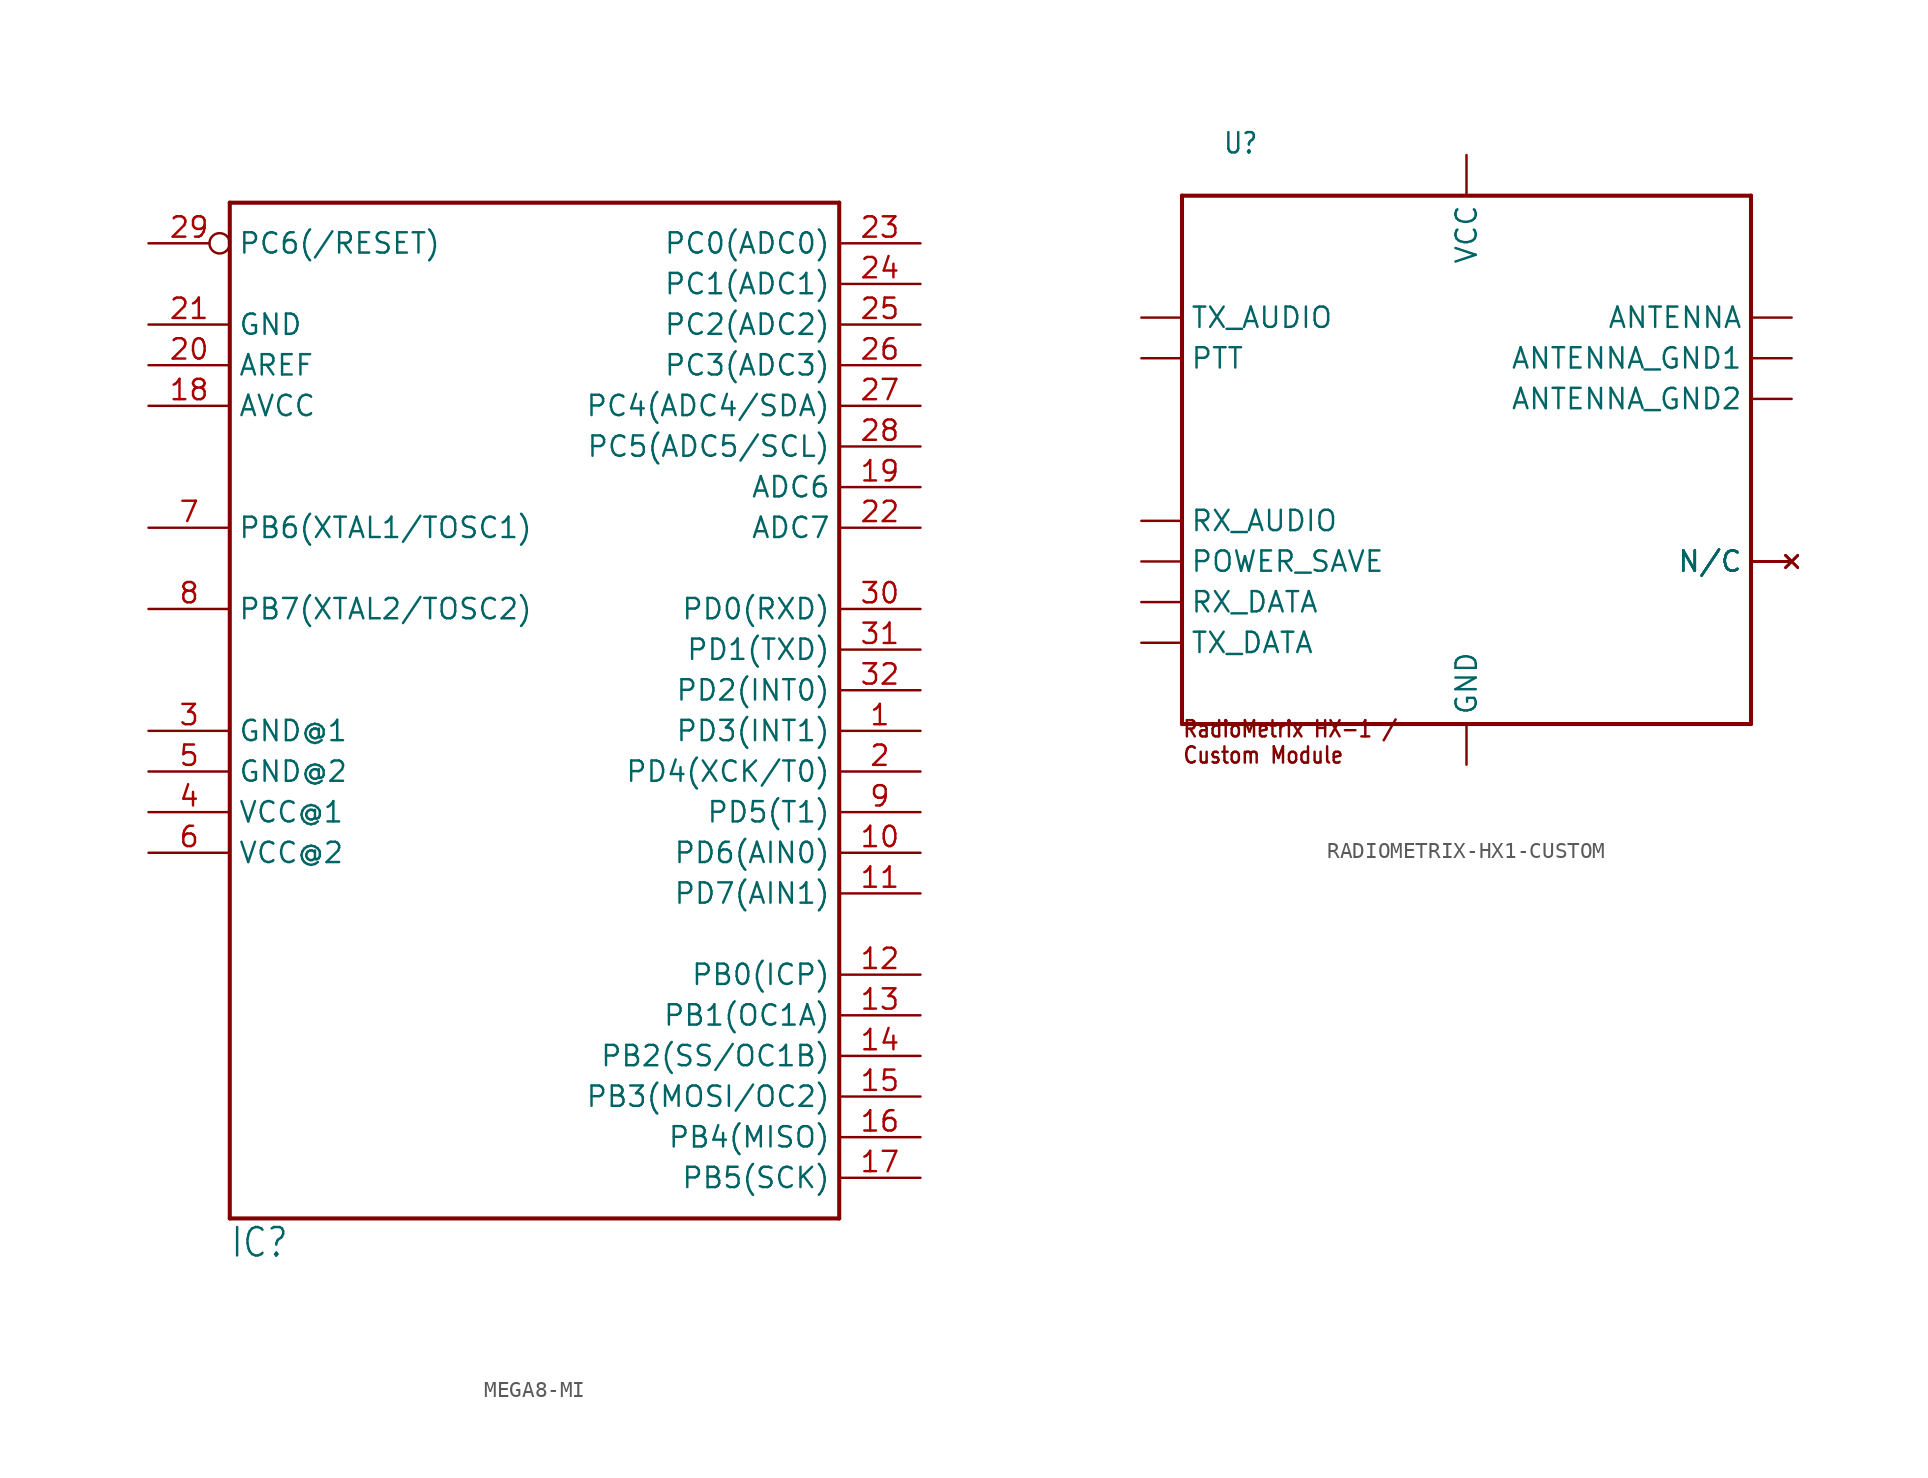
<source format=kicad_sym>
(kicad_symbol_lib
  (version 20231120)
  (generator "kicad_symbol_editor")
  (generator_version "8.0")
  (symbol "MEGA8-MI"
    (property "Reference" "IC"
      (at -17.78 -38.1 0)
      (effects (font (size 1.778 1.511)) (justify left bottom)))
    (property "Value" ""
      (at -17.78 29.21 0)
      (effects (font (size 1.778 1.511)) (justify left bottom)))
    (property "ki_locked" ""
      (at 0 0 0)
      (effects (font (size 1.27 1.27))))
    (symbol "MEGA8-MI_1_0"
      (polyline (pts (xy -17.78 -35.56) (xy -17.78 27.94)) (stroke (width 0.254) (type solid)) (fill (type none)))
      (polyline (pts (xy -17.78 27.94) (xy 20.32 27.94)) (stroke (width 0.254) (type solid)) (fill (type none)))
      (polyline (pts (xy 20.32 -35.56) (xy -17.78 -35.56)) (stroke (width 0.254) (type solid)) (fill (type none)))
      (polyline (pts (xy 20.32 27.94) (xy 20.32 -35.56)) (stroke (width 0.254) (type solid)) (fill (type none)))
      (pin bidirectional line (at 25.4 -5.08 180) (length 5.08) (name "PD3(INT1)" (effects (font (size 1.27 1.27)))) (number "1" (effects (font (size 1.27 1.27)))))
      (pin bidirectional line (at 25.4 -12.7 180) (length 5.08) (name "PD6(AIN0)" (effects (font (size 1.27 1.27)))) (number "10" (effects (font (size 1.27 1.27)))))
      (pin bidirectional line (at 25.4 -15.24 180) (length 5.08) (name "PD7(AIN1)" (effects (font (size 1.27 1.27)))) (number "11" (effects (font (size 1.27 1.27)))))
      (pin bidirectional line (at 25.4 -20.32 180) (length 5.08) (name "PB0(ICP)" (effects (font (size 1.27 1.27)))) (number "12" (effects (font (size 1.27 1.27)))))
      (pin bidirectional line (at 25.4 -22.86 180) (length 5.08) (name "PB1(OC1A)" (effects (font (size 1.27 1.27)))) (number "13" (effects (font (size 1.27 1.27)))))
      (pin bidirectional line (at 25.4 -25.4 180) (length 5.08) (name "PB2(SS/OC1B)" (effects (font (size 1.27 1.27)))) (number "14" (effects (font (size 1.27 1.27)))))
      (pin bidirectional line (at 25.4 -27.94 180) (length 5.08) (name "PB3(MOSI/OC2)" (effects (font (size 1.27 1.27)))) (number "15" (effects (font (size 1.27 1.27)))))
      (pin bidirectional line (at 25.4 -30.48 180) (length 5.08) (name "PB4(MISO)" (effects (font (size 1.27 1.27)))) (number "16" (effects (font (size 1.27 1.27)))))
      (pin bidirectional line (at 25.4 -33.02 180) (length 5.08) (name "PB5(SCK)" (effects (font (size 1.27 1.27)))) (number "17" (effects (font (size 1.27 1.27)))))
      (pin power_in line (at -22.86 15.24 0) (length 5.08) (name "AVCC" (effects (font (size 1.27 1.27)))) (number "18" (effects (font (size 1.27 1.27)))))
      (pin bidirectional line (at 25.4 10.16 180) (length 5.08) (name "ADC6" (effects (font (size 1.27 1.27)))) (number "19" (effects (font (size 1.27 1.27)))))
      (pin bidirectional line (at 25.4 -7.62 180) (length 5.08) (name "PD4(XCK/T0)" (effects (font (size 1.27 1.27)))) (number "2" (effects (font (size 1.27 1.27)))))
      (pin passive line (at -22.86 17.78 0) (length 5.08) (name "AREF" (effects (font (size 1.27 1.27)))) (number "20" (effects (font (size 1.27 1.27)))))
      (pin power_in line (at -22.86 20.32 0) (length 5.08) (name "GND" (effects (font (size 1.27 1.27)))) (number "21" (effects (font (size 1.27 1.27)))))
      (pin bidirectional line (at 25.4 7.62 180) (length 5.08) (name "ADC7" (effects (font (size 1.27 1.27)))) (number "22" (effects (font (size 1.27 1.27)))))
      (pin bidirectional line (at 25.4 25.4 180) (length 5.08) (name "PC0(ADC0)" (effects (font (size 1.27 1.27)))) (number "23" (effects (font (size 1.27 1.27)))))
      (pin bidirectional line (at 25.4 22.86 180) (length 5.08) (name "PC1(ADC1)" (effects (font (size 1.27 1.27)))) (number "24" (effects (font (size 1.27 1.27)))))
      (pin bidirectional line (at 25.4 20.32 180) (length 5.08) (name "PC2(ADC2)" (effects (font (size 1.27 1.27)))) (number "25" (effects (font (size 1.27 1.27)))))
      (pin bidirectional line (at 25.4 17.78 180) (length 5.08) (name "PC3(ADC3)" (effects (font (size 1.27 1.27)))) (number "26" (effects (font (size 1.27 1.27)))))
      (pin bidirectional line (at 25.4 15.24 180) (length 5.08) (name "PC4(ADC4/SDA)" (effects (font (size 1.27 1.27)))) (number "27" (effects (font (size 1.27 1.27)))))
      (pin bidirectional line (at 25.4 12.7 180) (length 5.08) (name "PC5(ADC5/SCL)" (effects (font (size 1.27 1.27)))) (number "28" (effects (font (size 1.27 1.27)))))
      (pin bidirectional inverted (at -22.86 25.4 0) (length 5.08) (name "PC6(/RESET)" (effects (font (size 1.27 1.27)))) (number "29" (effects (font (size 1.27 1.27)))))
      (pin power_in line (at -22.86 -5.08 0) (length 5.08) (name "GND@1" (effects (font (size 1.27 1.27)))) (number "3" (effects (font (size 1.27 1.27)))))
      (pin bidirectional line (at 25.4 2.54 180) (length 5.08) (name "PD0(RXD)" (effects (font (size 1.27 1.27)))) (number "30" (effects (font (size 1.27 1.27)))))
      (pin bidirectional line (at 25.4 0 180) (length 5.08) (name "PD1(TXD)" (effects (font (size 1.27 1.27)))) (number "31" (effects (font (size 1.27 1.27)))))
      (pin bidirectional line (at 25.4 -2.54 180) (length 5.08) (name "PD2(INT0)" (effects (font (size 1.27 1.27)))) (number "32" (effects (font (size 1.27 1.27)))))
      (pin power_in line (at -22.86 -10.16 0) (length 5.08) (name "VCC@1" (effects (font (size 1.27 1.27)))) (number "4" (effects (font (size 1.27 1.27)))))
      (pin power_in line (at -22.86 -7.62 0) (length 5.08) (name "GND@2" (effects (font (size 1.27 1.27)))) (number "5" (effects (font (size 1.27 1.27)))))
      (pin power_in line (at -22.86 -12.7 0) (length 5.08) (name "VCC@2" (effects (font (size 1.27 1.27)))) (number "6" (effects (font (size 1.27 1.27)))))
      (pin bidirectional line (at -22.86 7.62 0) (length 5.08) (name "PB6(XTAL1/TOSC1)" (effects (font (size 1.27 1.27)))) (number "7" (effects (font (size 1.27 1.27)))))
      (pin bidirectional line (at -22.86 2.54 0) (length 5.08) (name "PB7(XTAL2/TOSC2)" (effects (font (size 1.27 1.27)))) (number "8" (effects (font (size 1.27 1.27)))))
      (pin bidirectional line (at 25.4 -10.16 180) (length 5.08) (name "PD5(T1)" (effects (font (size 1.27 1.27)))) (number "9" (effects (font (size 1.27 1.27)))))))
  (symbol "RADIOMETRIX-HX1-CUSTOM"
    (property "Reference" "U"
      (at -15.24 20.32 0)
      (effects (font (size 1.27 1.079)) (justify left bottom)))
    (property "ki_locked" ""
      (at 0 0 0)
      (effects (font (size 1.27 1.27))))
    (symbol "RADIOMETRIX-HX1-CUSTOM_1_0"
      (polyline (pts (xy -17.78 -15.24) (xy -17.78 17.78)) (stroke (width 0.254) (type solid)) (fill (type none)))
      (polyline (pts (xy -17.78 17.78) (xy 17.78 17.78)) (stroke (width 0.254) (type solid)) (fill (type none)))
      (polyline (pts (xy 17.78 -15.24) (xy -17.78 -15.24)) (stroke (width 0.254) (type solid)) (fill (type none)))
      (polyline (pts (xy 17.78 17.78) (xy 17.78 -15.24)) (stroke (width 0.254) (type solid)) (fill (type none)))
      (text "RadioMetrix HX-1 /\nCustom Module" (at -17.78 -17.78 0) (effects (font (size 1.016 0.864)) (justify left bottom)))
      (pin bidirectional line (at 20.32 10.16 180) (length 2.54) (name "ANTENNA" (effects (font (size 1.27 1.27)))) (number "ANTENNA" (effects (font (size 0 0)))))
      (pin bidirectional line (at 20.32 7.62 180) (length 2.54) (name "ANTENNA_GND1" (effects (font (size 1.27 1.27)))) (number "ANTENNA_GND1" (effects (font (size 0 0)))))
      (pin bidirectional line (at 20.32 5.08 180) (length 2.54) (name "ANTENNA_GND2" (effects (font (size 1.27 1.27)))) (number "ANTENNA_GND2" (effects (font (size 0 0)))))
      (pin power_in line (at 0 -17.78 90) (length 2.54) (name "GND" (effects (font (size 1.27 1.27)))) (number "GND" (effects (font (size 0 0)))))
      (pin no_connect line (at 20.32 -5.08 180) (length 2.54) (name "N/C" (effects (font (size 1.27 1.27)))) (number "N/C1" (effects (font (size 0 0)))))
      (pin no_connect line (at 20.32 -5.08 180) (length 2.54) (name "N/C" (effects (font (size 1.27 1.27)))) (number "N/C2" (effects (font (size 0 0)))))
      (pin no_connect line (at 20.32 -5.08 180) (length 2.54) (name "N/C" (effects (font (size 1.27 1.27)))) (number "N/C3" (effects (font (size 0 0)))))
      (pin no_connect line (at 20.32 -5.08 180) (length 2.54) (name "N/C" (effects (font (size 1.27 1.27)))) (number "N/C4" (effects (font (size 0 0)))))
      (pin input line (at -20.32 -5.08 0) (length 2.54) (name "POWER_SAVE" (effects (font (size 1.27 1.27)))) (number "POWER_SAVE" (effects (font (size 0 0)))))
      (pin input line (at -20.32 7.62 0) (length 2.54) (name "PTT" (effects (font (size 1.27 1.27)))) (number "PTT" (effects (font (size 0 0)))))
      (pin output line (at -20.32 -2.54 0) (length 2.54) (name "RX_AUDIO" (effects (font (size 1.27 1.27)))) (number "RX_AUDIO" (effects (font (size 0 0)))))
      (pin input line (at -20.32 -7.62 0) (length 2.54) (name "RX_DATA" (effects (font (size 1.27 1.27)))) (number "RX_DATA" (effects (font (size 0 0)))))
      (pin input line (at -20.32 10.16 0) (length 2.54) (name "TX_AUDIO" (effects (font (size 1.27 1.27)))) (number "TX_AUDIO" (effects (font (size 0 0)))))
      (pin output line (at -20.32 -10.16 0) (length 2.54) (name "TX_DATA" (effects (font (size 1.27 1.27)))) (number "TX_DATA" (effects (font (size 0 0)))))
      (pin power_in line (at 0 20.32 270) (length 2.54) (name "VCC" (effects (font (size 1.27 1.27)))) (number "VCC" (effects (font (size 0 0))))))))
</source>
